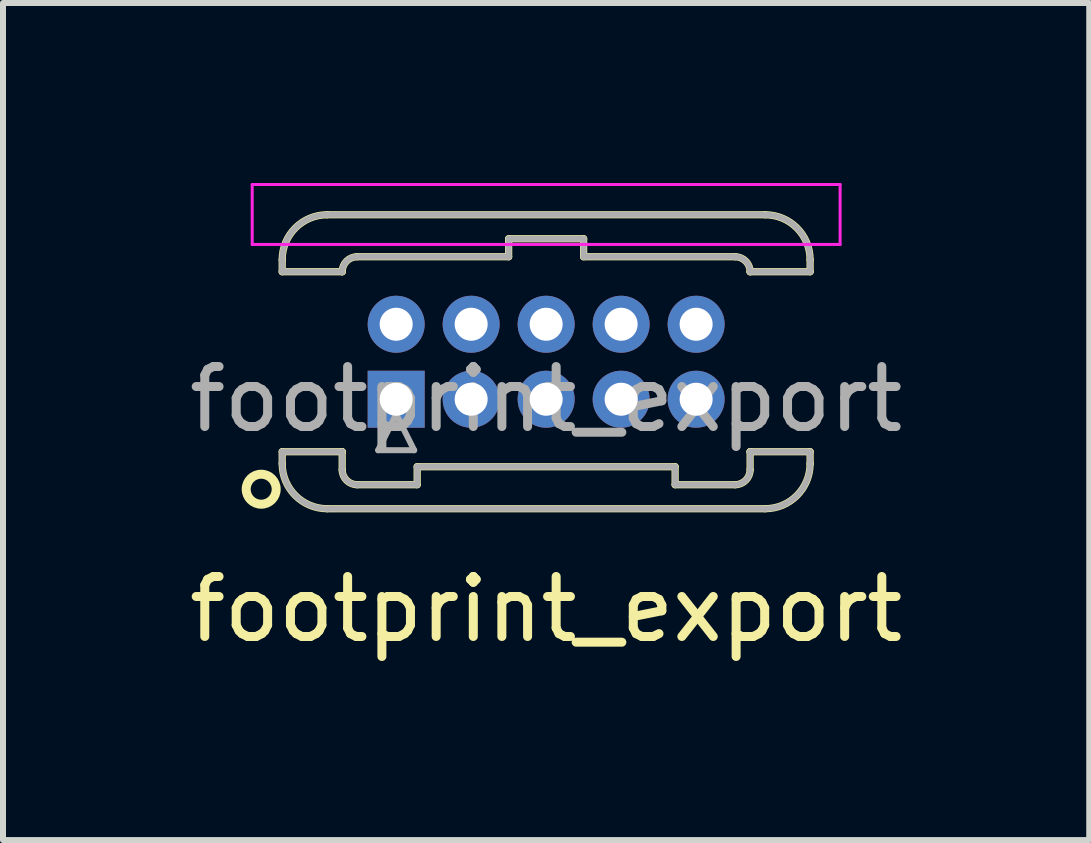
<source format=kicad_pcb>
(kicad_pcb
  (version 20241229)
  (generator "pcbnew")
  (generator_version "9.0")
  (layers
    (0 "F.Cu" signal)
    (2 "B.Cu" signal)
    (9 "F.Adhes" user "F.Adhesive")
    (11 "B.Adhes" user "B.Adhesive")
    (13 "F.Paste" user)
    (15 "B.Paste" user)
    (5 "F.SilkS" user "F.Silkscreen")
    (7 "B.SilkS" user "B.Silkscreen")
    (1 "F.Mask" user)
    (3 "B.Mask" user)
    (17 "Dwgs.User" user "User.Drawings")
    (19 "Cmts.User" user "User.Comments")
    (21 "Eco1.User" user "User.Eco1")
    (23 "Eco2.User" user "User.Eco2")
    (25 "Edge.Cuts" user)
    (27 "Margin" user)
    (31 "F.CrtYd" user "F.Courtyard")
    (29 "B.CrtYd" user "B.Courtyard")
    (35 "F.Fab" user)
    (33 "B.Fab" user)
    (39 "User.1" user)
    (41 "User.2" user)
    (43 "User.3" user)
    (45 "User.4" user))
  (footprint "footprint_export"
    (layer "F.Cu")
    (at 3.554 3.605)
    (property "Reference" "footprint_export" (at 2.5 3.5 0) (layer "F.SilkS") (effects (font (size 1 1) (thickness 0.15))))
    (attr through_hole)
    (fp_line (start -1.9 -2.325) (end -1.9 -2.125) (stroke (width 0.12) (type solid)) (layer "F.SilkS"))
    (fp_line (start -1.9 -2.125) (end -0.9 -2.125) (stroke (width 0.12) (type solid)) (layer "F.SilkS"))
    (fp_line (start -1.9 0.875) (end -0.9 0.875) (stroke (width 0.12) (type solid)) (layer "F.SilkS"))
    (fp_line (start -1.9 1.075) (end -1.9 0.875) (stroke (width 0.12) (type solid)) (layer "F.SilkS"))
    (fp_line (start -1.15 -3.075) (end 6.15 -3.075) (stroke (width 0.12) (type solid)) (layer "F.SilkS"))
    (fp_line (start -1.15 1.825) (end 6.15 1.825) (stroke (width 0.12) (type solid)) (layer "F.SilkS"))
    (fp_line (start -0.9 -2.125) (end -0.9 -2.125) (stroke (width 0.12) (type solid)) (layer "F.SilkS"))
    (fp_line (start -0.9 0.875) (end -0.9 0.875) (stroke (width 0.12) (type solid)) (layer "F.SilkS"))
    (fp_line (start -0.9 1.175) (end -0.9 0.875) (stroke (width 0.12) (type solid)) (layer "F.SilkS"))
    (fp_line (start -0.65 -2.375) (end 1.875 -2.375) (stroke (width 0.12) (type solid)) (layer "F.SilkS"))
    (fp_line (start -0.65 1.425) (end 0.35 1.425) (stroke (width 0.12) (type solid)) (layer "F.SilkS"))
    (fp_line (start 0.35 1.125) (end 4.65 1.125) (stroke (width 0.12) (type solid)) (layer "F.SilkS"))
    (fp_line (start 0.35 1.425) (end 0.35 1.125) (stroke (width 0.12) (type solid)) (layer "F.SilkS"))
    (fp_line (start 1.875 -2.675) (end 3.125 -2.675) (stroke (width 0.12) (type solid)) (layer "F.SilkS"))
    (fp_line (start 1.875 -2.375) (end 1.875 -2.675) (stroke (width 0.12) (type solid)) (layer "F.SilkS"))
    (fp_line (start 3.125 -2.675) (end 3.125 -2.375) (stroke (width 0.12) (type solid)) (layer "F.SilkS"))
    (fp_line (start 3.125 -2.375) (end 5.65 -2.375) (stroke (width 0.12) (type solid)) (layer "F.SilkS"))
    (fp_line (start 4.65 1.125) (end 4.65 1.425) (stroke (width 0.12) (type solid)) (layer "F.SilkS"))
    (fp_line (start 4.65 1.425) (end 5.65 1.425) (stroke (width 0.12) (type solid)) (layer "F.SilkS"))
    (fp_line (start 5.9 -2.125) (end 5.9 -2.125) (stroke (width 0.12) (type solid)) (layer "F.SilkS"))
    (fp_line (start 5.9 0.875) (end 5.9 0.875) (stroke (width 0.12) (type solid)) (layer "F.SilkS"))
    (fp_line (start 5.9 1.175) (end 5.9 0.875) (stroke (width 0.12) (type solid)) (layer "F.SilkS"))
    (fp_line (start 6.9 -2.325) (end 6.9 -2.125) (stroke (width 0.12) (type solid)) (layer "F.SilkS"))
    (fp_line (start 6.9 -2.125) (end 5.9 -2.125) (stroke (width 0.12) (type solid)) (layer "F.SilkS"))
    (fp_line (start 6.9 0.875) (end 5.9 0.875) (stroke (width 0.12) (type solid)) (layer "F.SilkS"))
    (fp_line (start 6.9 1.075) (end 6.9 0.875) (stroke (width 0.12) (type solid)) (layer "F.SilkS"))
    (fp_arc (start -1.9 -2.325) (mid -1.68033 -2.85533) (end -1.15 -3.075) (stroke (width 0.12) (type solid)) (layer "F.SilkS"))
    (fp_arc (start -1.15 1.825) (mid -1.68033 1.60533) (end -1.9 1.075) (stroke (width 0.12) (type solid)) (layer "F.SilkS"))
    (fp_arc (start -0.9 -2.125) (mid -0.826777 -2.301777) (end -0.65 -2.375) (stroke (width 0.12) (type solid)) (layer "F.SilkS"))
    (fp_arc (start -0.65 1.425) (mid -0.826777 1.351777) (end -0.9 1.175) (stroke (width 0.12) (type solid)) (layer "F.SilkS"))
    (fp_arc (start 5.65 -2.375) (mid 5.826777 -2.301777) (end 5.9 -2.125) (stroke (width 0.12) (type solid)) (layer "F.SilkS"))
    (fp_arc (start 5.9 1.175) (mid 5.826777 1.351777) (end 5.65 1.425) (stroke (width 0.12) (type solid)) (layer "F.SilkS"))
    (fp_arc (start 6.15 -3.075) (mid 6.68033 -2.85533) (end 6.9 -2.325) (stroke (width 0.12) (type solid)) (layer "F.SilkS"))
    (fp_arc (start 6.9 1.075) (mid 6.68033 1.60533) (end 6.15 1.825) (stroke (width 0.12) (type solid)) (layer "F.SilkS"))
    (fp_circle (center -2.25 1.5) (end -2 1.5) (stroke (width 0.15) (type solid)) (fill no) (layer "F.SilkS"))
    (fp_line (start -2.4 -3.58) (end -2.4 -2.58) (stroke (width 0.05) (type solid)) (layer "F.CrtYd"))
    (fp_line (start -2.4 -2.58) (end 7.4 -2.58) (stroke (width 0.05) (type solid)) (layer "F.CrtYd"))
    (fp_line (start 7.4 -3.58) (end -2.4 -3.58) (stroke (width 0.05) (type solid)) (layer "F.CrtYd"))
    (fp_line (start 7.4 -2.58) (end 7.4 -3.58) (stroke (width 0.05) (type solid)) (layer "F.CrtYd"))
    (fp_line (start -1.9 -2.325) (end -1.9 -2.125) (stroke (width 0.1) (type solid)) (layer "F.Fab"))
    (fp_line (start -1.9 -2.125) (end -0.9 -2.125) (stroke (width 0.1) (type solid)) (layer "F.Fab"))
    (fp_line (start -1.9 0.875) (end -0.9 0.875) (stroke (width 0.1) (type solid)) (layer "F.Fab"))
    (fp_line (start -1.9 1.075) (end -1.9 0.875) (stroke (width 0.1) (type solid)) (layer "F.Fab"))
    (fp_line (start -1.15 -3.075) (end 6.15 -3.075) (stroke (width 0.1) (type solid)) (layer "F.Fab"))
    (fp_line (start -1.15 1.825) (end 6.15 1.825) (stroke (width 0.1) (type solid)) (layer "F.Fab"))
    (fp_line (start -0.9 -2.125) (end -0.9 -2.125) (stroke (width 0.1) (type solid)) (layer "F.Fab"))
    (fp_line (start -0.9 0.875) (end -0.9 0.875) (stroke (width 0.1) (type solid)) (layer "F.Fab"))
    (fp_line (start -0.9 1.175) (end -0.9 0.875) (stroke (width 0.1) (type solid)) (layer "F.Fab"))
    (fp_line (start -0.65 -2.375) (end 1.875 -2.375) (stroke (width 0.1) (type solid)) (layer "F.Fab"))
    (fp_line (start -0.65 1.425) (end 0.35 1.425) (stroke (width 0.1) (type solid)) (layer "F.Fab"))
    (fp_line (start -0.3 0.85) (end 0.3 0.85) (stroke (width 0.1) (type solid)) (layer "F.Fab"))
    (fp_line (start 0 0.25) (end -0.3 0.85) (stroke (width 0.1) (type solid)) (layer "F.Fab"))
    (fp_line (start 0.3 0.85) (end 0 0.25) (stroke (width 0.1) (type solid)) (layer "F.Fab"))
    (fp_line (start 0.35 1.125) (end 4.65 1.125) (stroke (width 0.1) (type solid)) (layer "F.Fab"))
    (fp_line (start 0.35 1.425) (end 0.35 1.125) (stroke (width 0.1) (type solid)) (layer "F.Fab"))
    (fp_line (start 1.875 -2.675) (end 3.125 -2.675) (stroke (width 0.1) (type solid)) (layer "F.Fab"))
    (fp_line (start 1.875 -2.375) (end 1.875 -2.675) (stroke (width 0.1) (type solid)) (layer "F.Fab"))
    (fp_line (start 3.125 -2.675) (end 3.125 -2.375) (stroke (width 0.1) (type solid)) (layer "F.Fab"))
    (fp_line (start 3.125 -2.375) (end 5.65 -2.375) (stroke (width 0.1) (type solid)) (layer "F.Fab"))
    (fp_line (start 4.65 1.125) (end 4.65 1.425) (stroke (width 0.1) (type solid)) (layer "F.Fab"))
    (fp_line (start 4.65 1.425) (end 5.65 1.425) (stroke (width 0.1) (type solid)) (layer "F.Fab"))
    (fp_line (start 5.9 -2.125) (end 5.9 -2.125) (stroke (width 0.1) (type solid)) (layer "F.Fab"))
    (fp_line (start 5.9 0.875) (end 5.9 0.875) (stroke (width 0.1) (type solid)) (layer "F.Fab"))
    (fp_line (start 5.9 1.175) (end 5.9 0.875) (stroke (width 0.1) (type solid)) (layer "F.Fab"))
    (fp_line (start 6.9 -2.325) (end 6.9 -2.125) (stroke (width 0.1) (type solid)) (layer "F.Fab"))
    (fp_line (start 6.9 -2.125) (end 5.9 -2.125) (stroke (width 0.1) (type solid)) (layer "F.Fab"))
    (fp_line (start 6.9 0.875) (end 5.9 0.875) (stroke (width 0.1) (type solid)) (layer "F.Fab"))
    (fp_line (start 6.9 1.075) (end 6.9 0.875) (stroke (width 0.1) (type solid)) (layer "F.Fab"))
    (fp_arc (start -1.9 -2.325) (mid -1.68033 -2.85533) (end -1.15 -3.075) (stroke (width 0.1) (type solid)) (layer "F.Fab"))
    (fp_arc (start -1.15 1.825) (mid -1.68033 1.60533) (end -1.9 1.075) (stroke (width 0.1) (type solid)) (layer "F.Fab"))
    (fp_arc (start -0.9 -2.125) (mid -0.826777 -2.301777) (end -0.65 -2.375) (stroke (width 0.1) (type solid)) (layer "F.Fab"))
    (fp_arc (start -0.65 1.425) (mid -0.826777 1.351777) (end -0.9 1.175) (stroke (width 0.1) (type solid)) (layer "F.Fab"))
    (fp_arc (start 5.65 -2.375) (mid 5.826777 -2.301777) (end 5.9 -2.125) (stroke (width 0.1) (type solid)) (layer "F.Fab"))
    (fp_arc (start 5.9 1.175) (mid 5.826777 1.351777) (end 5.65 1.425) (stroke (width 0.1) (type solid)) (layer "F.Fab"))
    (fp_arc (start 6.15 -3.075) (mid 6.68033 -2.85533) (end 6.9 -2.325) (stroke (width 0.1) (type solid)) (layer "F.Fab"))
    (fp_arc (start 6.9 1.075) (mid 6.68033 1.60533) (end 6.15 1.825) (stroke (width 0.1) (type solid)) (layer "F.Fab"))
    (fp_text user "${REFERENCE}" (at 2.5 0 0) (layer "F.Fab") (effects (font (size 1 1) (thickness 0.15))))
    (pad "1" thru_hole rect (at 0 0) (size 0.95 0.95) (drill 0.55) (layers "*.Cu" "*.Mask"))
    (pad "2" thru_hole circle (at 0 -1.25) (size 0.95 0.95) (drill 0.55) (layers "*.Cu" "*.Mask"))
    (pad "3" thru_hole circle (at 1.25 0) (size 0.95 0.95) (drill 0.55) (layers "*.Cu" "*.Mask"))
    (pad "4" thru_hole circle (at 1.25 -1.25) (size 0.95 0.95) (drill 0.55) (layers "*.Cu" "*.Mask"))
    (pad "5" thru_hole circle (at 2.5 0) (size 0.95 0.95) (drill 0.55) (layers "*.Cu" "*.Mask"))
    (pad "6" thru_hole circle (at 2.5 -1.25) (size 0.95 0.95) (drill 0.55) (layers "*.Cu" "*.Mask"))
    (pad "7" thru_hole circle (at 3.75 0) (size 0.95 0.95) (drill 0.55) (layers "*.Cu" "*.Mask"))
    (pad "8" thru_hole circle (at 3.75 -1.25) (size 0.95 0.95) (drill 0.55) (layers "*.Cu" "*.Mask"))
    (pad "9" thru_hole circle (at 5 0) (size 0.95 0.95) (drill 0.55) (layers "*.Cu" "*.Mask"))
    (pad "10" thru_hole circle (at 5 -1.25) (size 0.95 0.95) (drill 0.55) (layers "*.Cu" "*.Mask")))
  (gr_rect
    (start -3 -3)
    (end 15.107 10.953)
    (stroke (width 0.1) (type default))
    (fill no)
    (layer "Edge.Cuts")))
</source>
